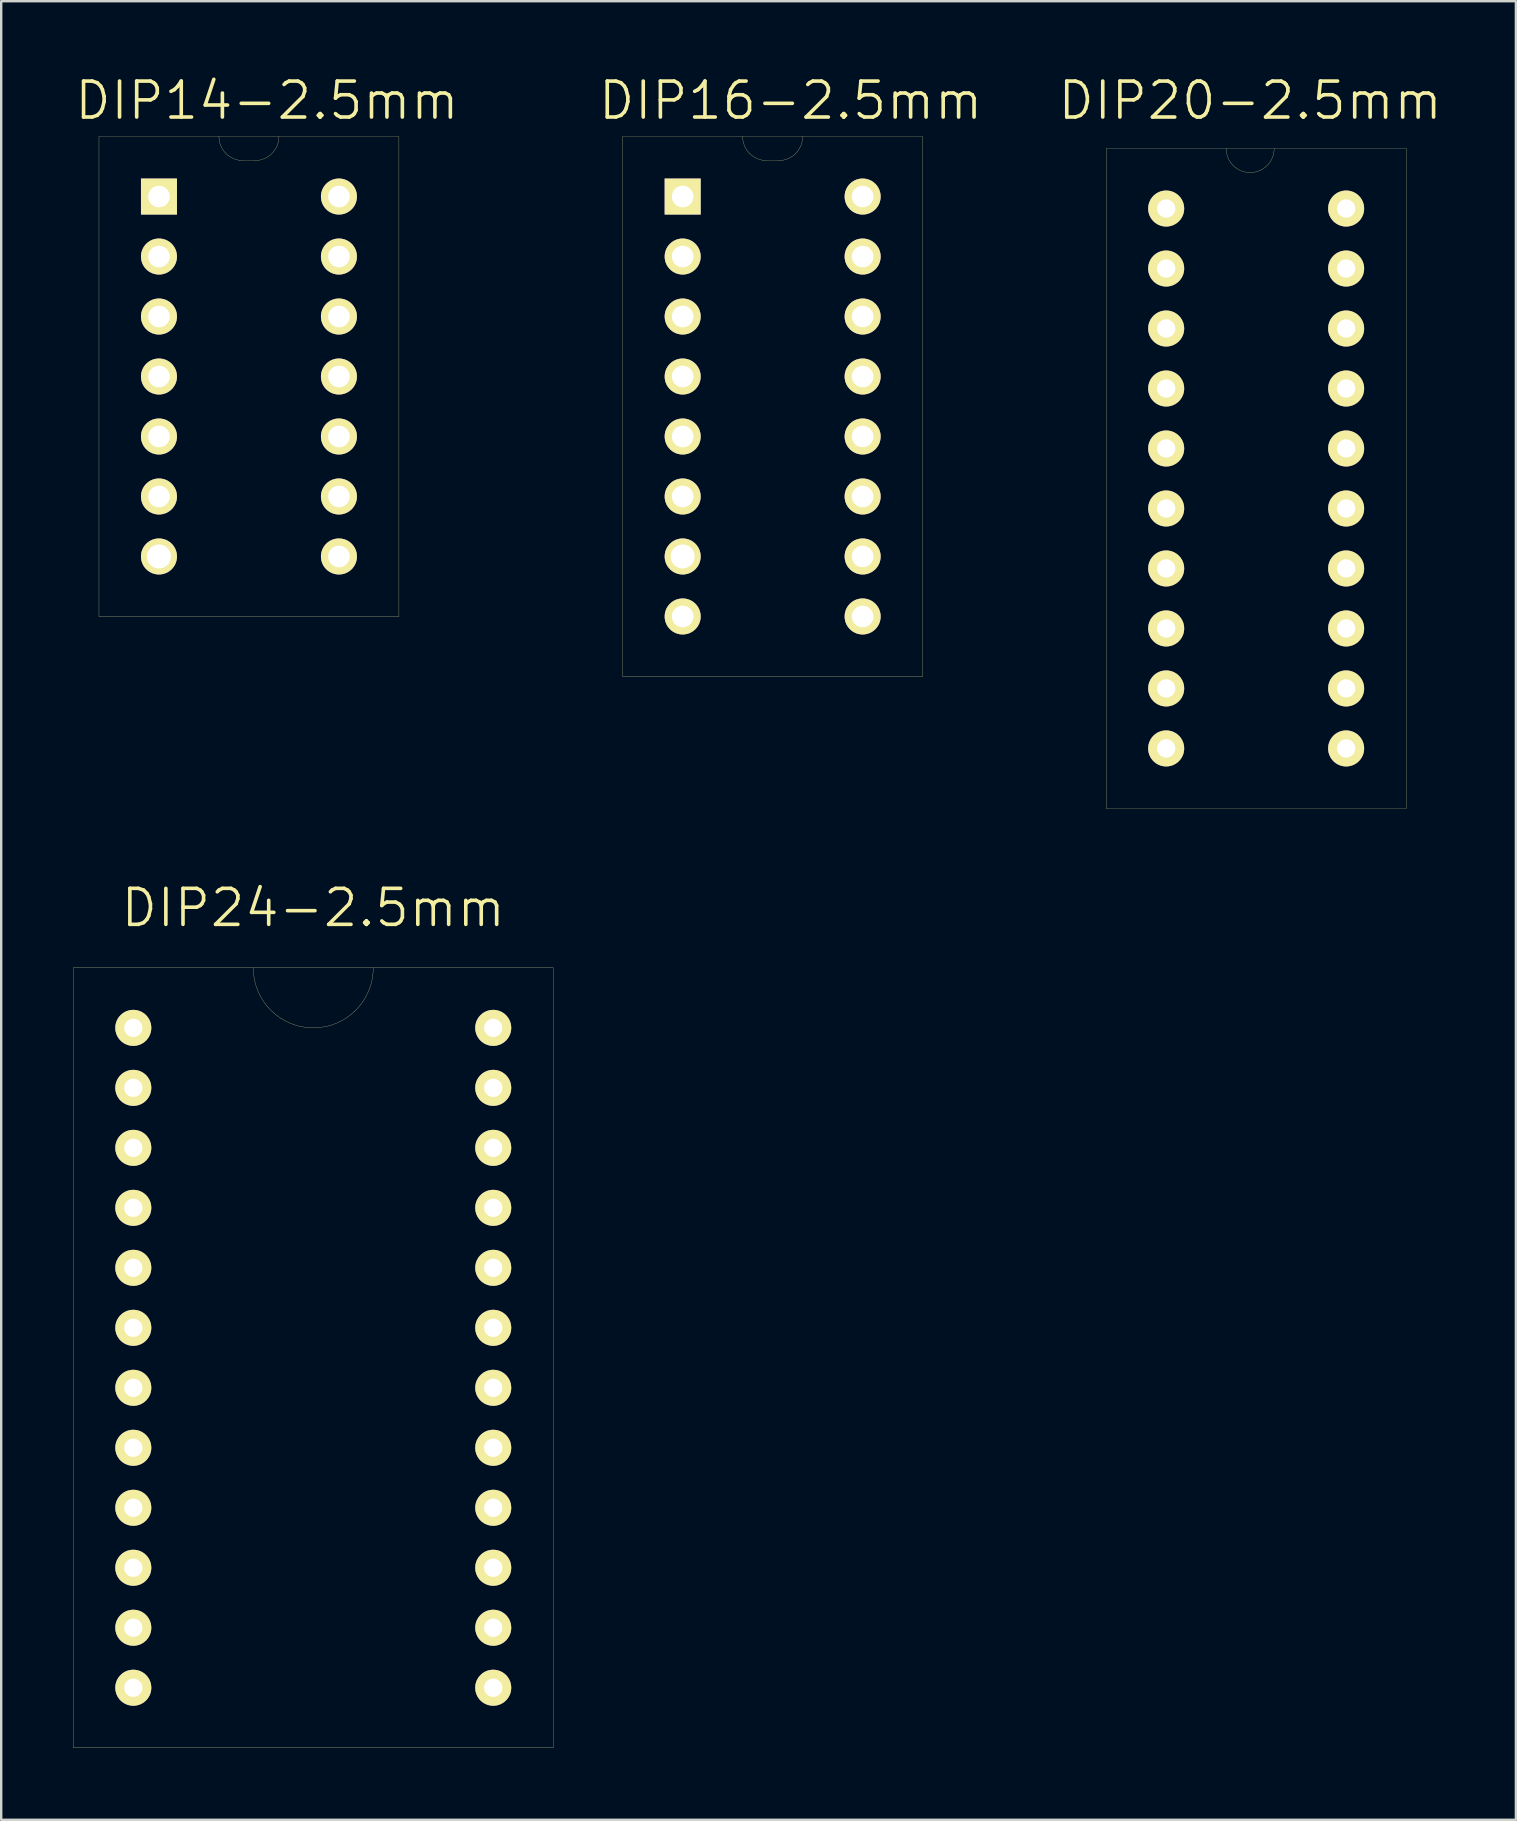
<source format=kicad_pcb>
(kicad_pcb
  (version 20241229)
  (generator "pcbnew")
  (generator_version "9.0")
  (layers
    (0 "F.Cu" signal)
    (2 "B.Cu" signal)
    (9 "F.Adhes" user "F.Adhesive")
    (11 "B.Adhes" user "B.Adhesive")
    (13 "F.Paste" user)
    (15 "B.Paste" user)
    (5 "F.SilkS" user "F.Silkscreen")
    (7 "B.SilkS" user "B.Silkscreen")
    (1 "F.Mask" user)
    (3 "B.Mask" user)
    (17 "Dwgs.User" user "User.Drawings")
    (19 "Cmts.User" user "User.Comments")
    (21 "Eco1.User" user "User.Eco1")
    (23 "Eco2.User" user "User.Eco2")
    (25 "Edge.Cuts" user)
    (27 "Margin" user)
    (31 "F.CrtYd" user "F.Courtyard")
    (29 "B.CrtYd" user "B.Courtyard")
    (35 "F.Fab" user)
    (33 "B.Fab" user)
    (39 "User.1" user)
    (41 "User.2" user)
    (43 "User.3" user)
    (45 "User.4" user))
  (footprint "DIP14-2.5mm"
    (layer "F.Cu")
    (at 18.575 25.141)
    (property "Reference" "DIP14-2.5mm" (at -10.5 -24 0) (layer "F.SilkS") (effects (font (size 1.5 1.5) (thickness 0.15))))
    (attr through_hole)
    (fp_line (start -17.5 -22.5) (end -5 -22.5) (stroke (width 0.01) (type solid)) (layer "F.SilkS"))
    (fp_line (start -17.5 -2.5) (end -17.5 -22.5) (stroke (width 0.01) (type solid)) (layer "F.SilkS"))
    (fp_line (start -11.5 -21.5) (end -11 -21.5) (stroke (width 0.01) (type solid)) (layer "F.SilkS"))
    (fp_line (start -5 -22.5) (end -5 -2.5) (stroke (width 0.01) (type solid)) (layer "F.SilkS"))
    (fp_line (start -5 -2.5) (end -17.5 -2.5) (stroke (width 0.01) (type solid)) (layer "F.SilkS"))
    (fp_arc (start -11.5 -21.5) (mid -12.207107 -21.792893) (end -12.5 -22.5) (stroke (width 0.01) (type solid)) (layer "F.SilkS"))
    (fp_arc (start -10 -22.5) (mid -10.292893 -21.792893) (end -11 -21.5) (stroke (width 0.01) (type solid)) (layer "F.SilkS"))
    (pad "1" thru_hole rect (at -15 -20) (size 1.5 1.5) (drill 0.9) (layers "*.Cu" "*.Mask" "F.SilkS"))
    (pad "2" thru_hole circle (at -15 -17.5) (size 1.5 1.5) (drill 0.9) (layers "*.Cu" "*.Mask" "F.SilkS"))
    (pad "3" thru_hole circle (at -15 -15) (size 1.5 1.5) (drill 0.9) (layers "*.Cu" "*.Mask" "F.SilkS"))
    (pad "4" thru_hole circle (at -15 -12.5) (size 1.5 1.5) (drill 0.9) (layers "*.Cu" "*.Mask" "F.SilkS"))
    (pad "5" thru_hole circle (at -15 -10) (size 1.5 1.5) (drill 0.9) (layers "*.Cu" "*.Mask" "F.SilkS"))
    (pad "6" thru_hole circle (at -15 -7.5) (size 1.5 1.5) (drill 0.9) (layers "*.Cu" "*.Mask" "F.SilkS"))
    (pad "7" thru_hole circle (at -15 -5) (size 1.5 1.5) (drill 1) (layers "*.Cu" "*.Mask" "F.SilkS"))
    (pad "8" thru_hole circle (at -7.5 -5 180) (size 1.5 1.5) (drill 0.9) (layers "*.Cu" "*.Mask" "F.SilkS"))
    (pad "9" thru_hole circle (at -7.5 -7.5 180) (size 1.5 1.5) (drill 0.9) (layers "*.Cu" "*.Mask" "F.SilkS"))
    (pad "10" thru_hole circle (at -7.5 -10 180) (size 1.5 1.5) (drill 0.9) (layers "*.Cu" "*.Mask" "F.SilkS"))
    (pad "11" thru_hole circle (at -7.5 -12.5 180) (size 1.5 1.5) (drill 0.9) (layers "*.Cu" "*.Mask" "F.SilkS"))
    (pad "12" thru_hole circle (at -7.5 -15 180) (size 1.5 1.5) (drill 0.9) (layers "*.Cu" "*.Mask" "F.SilkS"))
    (pad "13" thru_hole circle (at -7.5 -17.5) (size 1.5 1.5) (drill 0.9) (layers "*.Cu" "*.Mask" "F.SilkS"))
    (pad "14" thru_hole circle (at -7.5 -20) (size 1.5 1.5) (drill 0.9) (layers "*.Cu" "*.Mask" "F.SilkS")))
  (footprint "DIP24-2.5mm"
    (layer "F.Cu")
    (at 17.505 59.786)
    (property "Reference" "DIP24-2.5mm" (at -7.5 -25 0) (layer "F.SilkS") (effects (font (size 1.5 1.5) (thickness 0.15))))
    (attr through_hole)
    (fp_line (start -17.5 -22.5) (end 2.5 -22.5) (stroke (width 0.01) (type solid)) (layer "F.SilkS"))
    (fp_line (start -17.5 10) (end -17.5 -22.5) (stroke (width 0.01) (type solid)) (layer "F.SilkS"))
    (fp_line (start 2.5 -22.5) (end 2.5 10) (stroke (width 0.01) (type solid)) (layer "F.SilkS"))
    (fp_line (start 2.5 10) (end -17.5 10) (stroke (width 0.01) (type solid)) (layer "F.SilkS"))
    (fp_arc (start -7.5 -20) (mid -9.267767 -20.732233) (end -10 -22.5) (stroke (width 0.01) (type solid)) (layer "F.SilkS"))
    (fp_arc (start -5 -22.5) (mid -5.732233 -20.732233) (end -7.5 -20) (stroke (width 0.01) (type solid)) (layer "F.SilkS"))
    (pad "1" thru_hole circle (at -15 -20) (size 1.5 1.5) (drill 0.762) (layers "*.Cu" "*.Mask" "F.SilkS"))
    (pad "2" thru_hole circle (at -15 -17.5) (size 1.5 1.5) (drill 0.762) (layers "*.Cu" "*.Mask" "F.SilkS"))
    (pad "3" thru_hole circle (at -15 -15) (size 1.5 1.5) (drill 0.762) (layers "*.Cu" "*.Mask" "F.SilkS"))
    (pad "4" thru_hole circle (at -15 -12.5) (size 1.5 1.5) (drill 0.762) (layers "*.Cu" "*.Mask" "F.SilkS"))
    (pad "5" thru_hole circle (at -15 -10) (size 1.5 1.5) (drill 0.762) (layers "*.Cu" "*.Mask" "F.SilkS"))
    (pad "6" thru_hole circle (at -15 -7.5) (size 1.5 1.5) (drill 0.762) (layers "*.Cu" "*.Mask" "F.SilkS"))
    (pad "7" thru_hole circle (at -15 -5) (size 1.5 1.5) (drill 0.762) (layers "*.Cu" "*.Mask" "F.SilkS"))
    (pad "8" thru_hole circle (at -15 -2.5) (size 1.5 1.5) (drill 0.762) (layers "*.Cu" "*.Mask" "F.SilkS"))
    (pad "9" thru_hole circle (at -15 0) (size 1.5 1.5) (drill 0.762) (layers "*.Cu" "*.Mask" "F.SilkS"))
    (pad "10" thru_hole circle (at -15 2.5) (size 1.5 1.5) (drill 0.762) (layers "*.Cu" "*.Mask" "F.SilkS"))
    (pad "11" thru_hole circle (at -15 5) (size 1.5 1.5) (drill 0.762) (layers "*.Cu" "*.Mask" "F.SilkS"))
    (pad "12" thru_hole circle (at -15 7.5) (size 1.5 1.5) (drill 0.762) (layers "*.Cu" "*.Mask" "F.SilkS"))
    (pad "13" thru_hole circle (at 0 7.5) (size 1.5 1.5) (drill 0.762) (layers "*.Cu" "*.Mask" "F.SilkS"))
    (pad "14" thru_hole circle (at 0 5) (size 1.5 1.5) (drill 0.762) (layers "*.Cu" "*.Mask" "F.SilkS"))
    (pad "15" thru_hole circle (at 0 2.5) (size 1.5 1.5) (drill 0.762) (layers "*.Cu" "*.Mask" "F.SilkS"))
    (pad "16" thru_hole circle (at 0 0) (size 1.5 1.5) (drill 0.762) (layers "*.Cu" "*.Mask" "F.SilkS"))
    (pad "17" thru_hole circle (at 0 -2.5) (size 1.5 1.5) (drill 0.762) (layers "*.Cu" "*.Mask" "F.SilkS"))
    (pad "18" thru_hole circle (at 0 -5) (size 1.5 1.5) (drill 0.762) (layers "*.Cu" "*.Mask" "F.SilkS"))
    (pad "19" thru_hole circle (at 0 -7.5) (size 1.5 1.5) (drill 0.762) (layers "*.Cu" "*.Mask" "F.SilkS"))
    (pad "20" thru_hole circle (at 0 -10) (size 1.5 1.5) (drill 0.762) (layers "*.Cu" "*.Mask" "F.SilkS"))
    (pad "21" thru_hole circle (at 0 -12.5) (size 1.5 1.5) (drill 0.762) (layers "*.Cu" "*.Mask" "F.SilkS"))
    (pad "22" thru_hole circle (at 0 -15) (size 1.5 1.5) (drill 0.762) (layers "*.Cu" "*.Mask" "F.SilkS"))
    (pad "23" thru_hole circle (at 0 -17.5) (size 1.5 1.5) (drill 0.762) (layers "*.Cu" "*.Mask" "F.SilkS"))
    (pad "24" thru_hole circle (at 0 -20) (size 1.5 1.5) (drill 0.762) (layers "*.Cu" "*.Mask" "F.SilkS")))
  (footprint "DIP20-2.5mm"
    (layer "F.Cu")
    (at 53.05 13.141)
    (property "Reference" "DIP20-2.5mm" (at -4 -12 0) (layer "F.SilkS") (effects (font (size 1.5 1.5) (thickness 0.15))))
    (attr through_hole)
    (fp_line (start -10 -10) (end 2.5 -10) (stroke (width 0.01) (type solid)) (layer "F.SilkS"))
    (fp_line (start -10 17.5) (end -10 -10) (stroke (width 0.01) (type solid)) (layer "F.SilkS"))
    (fp_line (start 2.5 -10) (end 2.5 17.5) (stroke (width 0.01) (type solid)) (layer "F.SilkS"))
    (fp_line (start 2.5 17.5) (end -10 17.5) (stroke (width 0.01) (type solid)) (layer "F.SilkS"))
    (fp_arc (start -4 -9) (mid -4.707107 -9.292893) (end -5 -10) (stroke (width 0.01) (type solid)) (layer "F.SilkS"))
    (fp_arc (start -3 -10) (mid -3.292893 -9.292893) (end -4 -9) (stroke (width 0.01) (type solid)) (layer "F.SilkS"))
    (pad "1" thru_hole circle (at -7.5 -7.5) (size 1.5 1.5) (drill 0.762) (layers "*.Cu" "*.Mask" "F.SilkS"))
    (pad "2" thru_hole circle (at -7.5 -5) (size 1.5 1.5) (drill 0.762) (layers "*.Cu" "*.Mask" "F.SilkS"))
    (pad "3" thru_hole circle (at -7.5 -2.5) (size 1.5 1.5) (drill 0.762) (layers "*.Cu" "*.Mask" "F.SilkS"))
    (pad "4" thru_hole circle (at -7.5 0) (size 1.5 1.5) (drill 0.762) (layers "*.Cu" "*.Mask" "F.SilkS"))
    (pad "5" thru_hole circle (at -7.5 2.5) (size 1.5 1.5) (drill 0.762) (layers "*.Cu" "*.Mask" "F.SilkS"))
    (pad "6" thru_hole circle (at -7.5 5) (size 1.5 1.5) (drill 0.762) (layers "*.Cu" "*.Mask" "F.SilkS"))
    (pad "7" thru_hole circle (at -7.5 7.5) (size 1.5 1.5) (drill 0.762) (layers "*.Cu" "*.Mask" "F.SilkS"))
    (pad "8" thru_hole circle (at -7.5 10) (size 1.5 1.5) (drill 0.762) (layers "*.Cu" "*.Mask" "F.SilkS"))
    (pad "9" thru_hole circle (at -7.5 12.5) (size 1.5 1.5) (drill 0.762) (layers "*.Cu" "*.Mask" "F.SilkS"))
    (pad "10" thru_hole circle (at -7.5 15) (size 1.5 1.5) (drill 0.762) (layers "*.Cu" "*.Mask" "F.SilkS"))
    (pad "11" thru_hole circle (at 0 15) (size 1.5 1.5) (drill 0.762) (layers "*.Cu" "*.Mask" "F.SilkS"))
    (pad "12" thru_hole circle (at 0 12.5) (size 1.5 1.5) (drill 0.762) (layers "*.Cu" "*.Mask" "F.SilkS"))
    (pad "13" thru_hole circle (at 0 10) (size 1.5 1.5) (drill 0.762) (layers "*.Cu" "*.Mask" "F.SilkS"))
    (pad "14" thru_hole circle (at 0 7.5) (size 1.5 1.5) (drill 0.762) (layers "*.Cu" "*.Mask" "F.SilkS"))
    (pad "15" thru_hole circle (at 0 5) (size 1.5 1.5) (drill 0.762) (layers "*.Cu" "*.Mask" "F.SilkS"))
    (pad "16" thru_hole circle (at 0 2.5) (size 1.5 1.5) (drill 0.762) (layers "*.Cu" "*.Mask" "F.SilkS"))
    (pad "17" thru_hole circle (at 0 0) (size 1.5 1.5) (drill 0.762) (layers "*.Cu" "*.Mask" "F.SilkS"))
    (pad "18" thru_hole circle (at 0 -2.5) (size 1.5 1.5) (drill 0.762) (layers "*.Cu" "*.Mask" "F.SilkS"))
    (pad "19" thru_hole circle (at 0 -5) (size 1.5 1.5) (drill 0.762) (layers "*.Cu" "*.Mask" "F.SilkS"))
    (pad "20" thru_hole circle (at 0 -7.5) (size 1.5 1.5) (drill 0.762) (layers "*.Cu" "*.Mask" "F.SilkS")))
  (footprint "DIP16-2.5mm"
    (layer "F.Cu")
    (at 25.4 5.141)
    (property "Reference" "DIP16-2.5mm" (at 4.5 -4 0) (layer "F.SilkS") (effects (font (size 1.5 1.5) (thickness 0.15))))
    (attr through_hole)
    (fp_line (start -2.5 -2.5) (end 10 -2.5) (stroke (width 0.01) (type solid)) (layer "F.SilkS"))
    (fp_line (start -2.5 20) (end -2.5 -2.5) (stroke (width 0.01) (type solid)) (layer "F.SilkS"))
    (fp_line (start 3.5 -1.5) (end 4 -1.5) (stroke (width 0.01) (type solid)) (layer "F.SilkS"))
    (fp_line (start 10 -2.5) (end 10 20) (stroke (width 0.01) (type solid)) (layer "F.SilkS"))
    (fp_line (start 10 20) (end -2.5 20) (stroke (width 0.01) (type solid)) (layer "F.SilkS"))
    (fp_arc (start 3.5 -1.5) (mid 2.792893 -1.792893) (end 2.5 -2.5) (stroke (width 0.01) (type solid)) (layer "F.SilkS"))
    (fp_arc (start 5 -2.5) (mid 4.707107 -1.792893) (end 4 -1.5) (stroke (width 0.01) (type solid)) (layer "F.SilkS"))
    (pad "1" thru_hole rect (at 0 0) (size 1.5 1.5) (drill 0.9) (layers "*.Cu" "*.Mask" "F.SilkS"))
    (pad "2" thru_hole circle (at 0 2.5) (size 1.5 1.5) (drill 0.9) (layers "*.Cu" "*.Mask" "F.SilkS"))
    (pad "3" thru_hole circle (at 0 5) (size 1.5 1.5) (drill 0.9) (layers "*.Cu" "*.Mask" "F.SilkS"))
    (pad "4" thru_hole circle (at 0 7.5) (size 1.5 1.5) (drill 0.9) (layers "*.Cu" "*.Mask" "F.SilkS"))
    (pad "5" thru_hole circle (at 0 10) (size 1.5 1.5) (drill 0.9) (layers "*.Cu" "*.Mask" "F.SilkS"))
    (pad "6" thru_hole circle (at 0 12.5) (size 1.5 1.5) (drill 0.9) (layers "*.Cu" "*.Mask" "F.SilkS"))
    (pad "7" thru_hole circle (at 0 15) (size 1.5 1.5) (drill 1) (layers "*.Cu" "*.Mask" "F.SilkS"))
    (pad "8" thru_hole circle (at 0 17.5 180) (size 1.5 1.5) (drill 0.9) (layers "*.Cu" "*.Mask" "F.SilkS"))
    (pad "9" thru_hole circle (at 7.5 17.5 180) (size 1.5 1.5) (drill 0.9) (layers "*.Cu" "*.Mask" "F.SilkS"))
    (pad "10" thru_hole circle (at 7.5 15 180) (size 1.5 1.5) (drill 0.9) (layers "*.Cu" "*.Mask" "F.SilkS"))
    (pad "11" thru_hole circle (at 7.5 12.5 180) (size 1.5 1.5) (drill 0.9) (layers "*.Cu" "*.Mask" "F.SilkS"))
    (pad "12" thru_hole circle (at 7.5 10 180) (size 1.5 1.5) (drill 0.9) (layers "*.Cu" "*.Mask" "F.SilkS"))
    (pad "13" thru_hole circle (at 7.5 7.5) (size 1.5 1.5) (drill 0.9) (layers "*.Cu" "*.Mask" "F.SilkS"))
    (pad "14" thru_hole circle (at 7.5 5) (size 1.5 1.5) (drill 0.9) (layers "*.Cu" "*.Mask" "F.SilkS"))
    (pad "15" thru_hole circle (at 7.5 2.5) (size 1.5 1.5) (drill 0.9) (layers "*.Cu" "*.Mask" "F.SilkS"))
    (pad "16" thru_hole circle (at 7.5 0) (size 1.5 1.5) (drill 0.9) (layers "*.Cu" "*.Mask" "F.SilkS")))
  (gr_rect
    (start -3 -3)
    (end 60.125 72.791)
    (stroke (width 0.1) (type default))
    (fill no)
    (layer "Edge.Cuts")))
</source>
